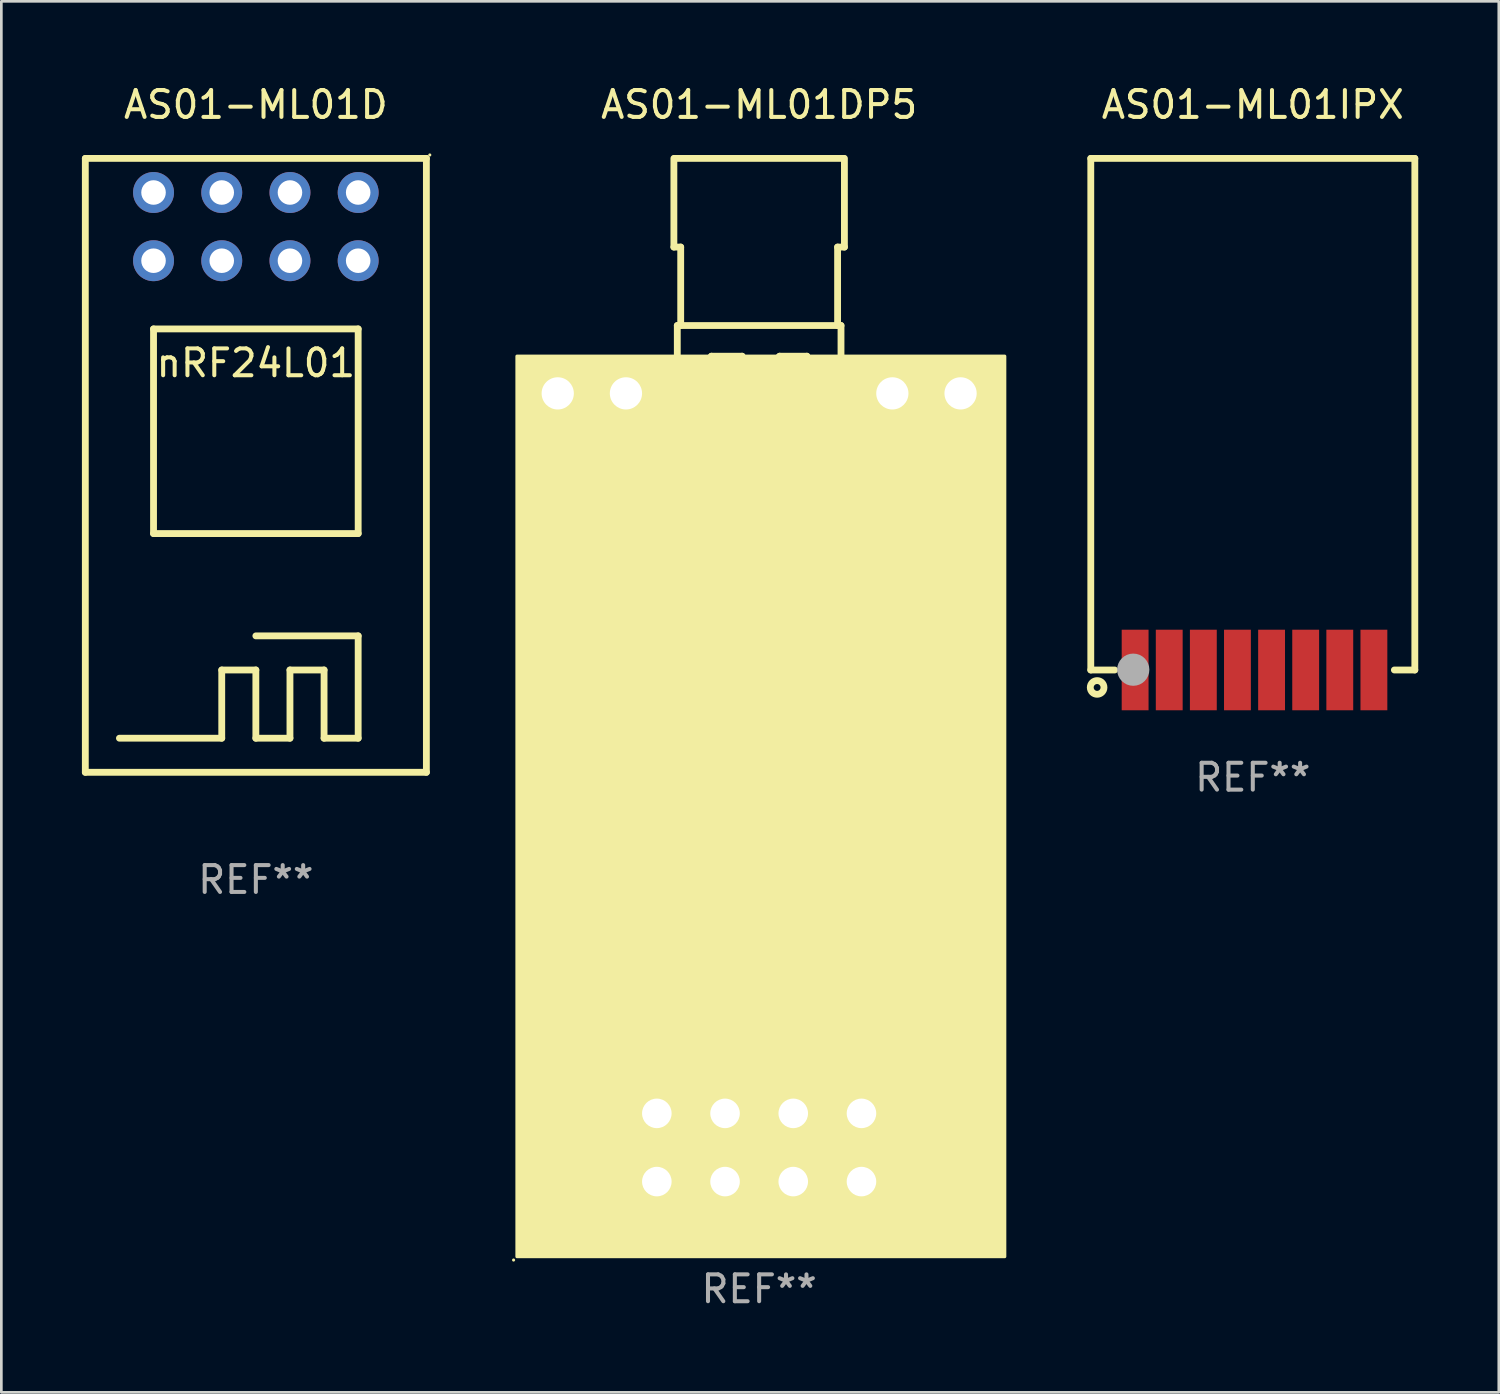
<source format=kicad_pcb>
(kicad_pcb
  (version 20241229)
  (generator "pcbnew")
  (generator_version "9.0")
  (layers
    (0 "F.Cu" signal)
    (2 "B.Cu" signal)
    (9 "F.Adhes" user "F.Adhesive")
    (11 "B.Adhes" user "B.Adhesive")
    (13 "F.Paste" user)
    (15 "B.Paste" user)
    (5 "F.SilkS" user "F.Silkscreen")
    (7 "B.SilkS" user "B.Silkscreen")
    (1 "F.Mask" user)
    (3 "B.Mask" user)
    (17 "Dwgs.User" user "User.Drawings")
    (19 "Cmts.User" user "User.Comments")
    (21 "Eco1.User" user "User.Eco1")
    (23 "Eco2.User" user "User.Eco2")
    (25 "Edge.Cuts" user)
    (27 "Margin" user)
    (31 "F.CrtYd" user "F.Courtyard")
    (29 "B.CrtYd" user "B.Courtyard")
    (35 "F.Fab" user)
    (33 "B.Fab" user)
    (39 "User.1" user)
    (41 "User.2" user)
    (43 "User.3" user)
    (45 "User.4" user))
  (footprint "AS01-ML01IPX"
    (layer "F.Cu")
    (at 43.6 12.373)
    (property "Reference" "AS01-ML01IPX" (at 0 -11.525 0) (layer "F.SilkS") (effects (font (size 1 1) (thickness 0.15))))
    (attr through_hole)
    (fp_line (start -6.033 -9.525) (end 6.033 -9.525) (stroke (width 0.254) (type solid)) (layer "F.SilkS"))
    (fp_line (start -6.033 9.525) (end -6.033 -9.525) (stroke (width 0.254) (type solid)) (layer "F.SilkS"))
    (fp_line (start -5.144 9.525) (end -6.033 9.525) (stroke (width 0.254) (type solid)) (layer "F.SilkS"))
    (fp_line (start 6.033 -9.525) (end 6.033 9.525) (stroke (width 0.254) (type solid)) (layer "F.SilkS"))
    (fp_line (start 6.033 9.525) (end 5.271 9.525) (stroke (width 0.254) (type solid)) (layer "F.SilkS"))
    (fp_circle (center -5.936 9.548) (end -5.907 9.548) (stroke (width 0.06) (type solid)) (fill no) (layer "F.SilkS"))
    (fp_circle (center -5.797 10.175) (end -5.542 10.175) (stroke (width 0.254) (type solid)) (fill no) (layer "F.SilkS"))
    (fp_circle (center -4.452 9.514) (end -4.152 9.514) (stroke (width 0.6) (type solid)) (fill no) (layer "F.Fab"))
    (fp_text user "REF**" (at 0 13.525 0) (layer "F.Fab") (effects (font (size 1 1) (thickness 0.15))))
    (pad "1" smd rect (at -4.382 9.525) (size 1 3) (layers "F.Cu" "F.Mask" "F.Paste"))
    (pad "2" smd rect (at -3.112 9.525) (size 1 3) (layers "F.Cu" "F.Mask" "F.Paste"))
    (pad "3" smd rect (at -1.842 9.525) (size 1 3) (layers "F.Cu" "F.Mask" "F.Paste"))
    (pad "4" smd rect (at -0.572 9.525) (size 1 3) (layers "F.Cu" "F.Mask" "F.Paste"))
    (pad "5" smd rect (at 0.699 9.525) (size 1 3) (layers "F.Cu" "F.Mask" "F.Paste"))
    (pad "6" smd rect (at 1.969 9.525) (size 1 3) (layers "F.Cu" "F.Mask" "F.Paste"))
    (pad "7" smd rect (at 3.239 9.525) (size 1 3) (layers "F.Cu" "F.Mask" "F.Paste"))
    (pad "8" smd rect (at 4.509 9.525) (size 1 3) (layers "F.Cu" "F.Mask" "F.Paste")))
  (footprint "AS01-ML01DP5"
    (layer "F.Cu")
    (at 25.218 21.898)
    (property "Reference" "AS01-ML01DP5" (at 0 -21.05 0) (layer "F.SilkS") (effects (font (size 1 1) (thickness 0.15))))
    (attr through_hole)
    (fp_line (start -3.175 -15.748) (end -3.175 -19.05) (stroke (width 0.254) (type solid)) (layer "F.SilkS"))
    (fp_line (start -3.048 -12.827) (end 3.048 -12.827) (stroke (width 0.254) (type solid)) (layer "F.SilkS"))
    (fp_line (start -3.048 -8.001) (end -3.048 -12.827) (stroke (width 0.254) (type solid)) (layer "F.SilkS"))
    (fp_line (start -2.921 -15.748) (end -3.175 -15.748) (stroke (width 0.254) (type solid)) (layer "F.SilkS"))
    (fp_line (start -2.921 -12.827) (end -2.921 -15.748) (stroke (width 0.254) (type solid)) (layer "F.SilkS"))
    (fp_line (start -1.778 -11.684) (end -1.778 -8.001) (stroke (width 0.254) (type solid)) (layer "F.SilkS"))
    (fp_line (start -1.778 -8.001) (end -2.921 -8.001) (stroke (width 0.254) (type solid)) (layer "F.SilkS"))
    (fp_line (start -0.635 -11.684) (end -1.778 -11.684) (stroke (width 0.254) (type solid)) (layer "F.SilkS"))
    (fp_line (start -0.635 -8.001) (end -0.635 -11.684) (stroke (width 0.254) (type solid)) (layer "F.SilkS"))
    (fp_line (start 0.508 -8.001) (end -0.635 -8.001) (stroke (width 0.254) (type solid)) (layer "F.SilkS"))
    (fp_line (start 0.635 -11.557) (end 0.635 -8.128) (stroke (width 0.254) (type solid)) (layer "F.SilkS"))
    (fp_line (start 0.635 -8.128) (end 0.635 -8.001) (stroke (width 0.254) (type solid)) (layer "F.SilkS"))
    (fp_line (start 0.635 -8.001) (end 0.508 -8.001) (stroke (width 0.254) (type solid)) (layer "F.SilkS"))
    (fp_line (start 0.762 -11.684) (end 0.635 -11.557) (stroke (width 0.254) (type solid)) (layer "F.SilkS"))
    (fp_line (start 1.778 -11.684) (end 0.762 -11.684) (stroke (width 0.254) (type solid)) (layer "F.SilkS"))
    (fp_line (start 1.778 -8.128) (end 1.778 -11.684) (stroke (width 0.254) (type solid)) (layer "F.SilkS"))
    (fp_line (start 1.778 -8.001) (end 1.778 -8.128) (stroke (width 0.254) (type solid)) (layer "F.SilkS"))
    (fp_line (start 1.905 -8.001) (end 1.778 -8.001) (stroke (width 0.254) (type solid)) (layer "F.SilkS"))
    (fp_line (start 2.921 -15.748) (end 3.175 -15.748) (stroke (width 0.254) (type solid)) (layer "F.SilkS"))
    (fp_line (start 2.921 -12.827) (end 2.921 -15.748) (stroke (width 0.254) (type solid)) (layer "F.SilkS"))
    (fp_line (start 3.048 -12.827) (end 3.048 -8.001) (stroke (width 0.254) (type solid)) (layer "F.SilkS"))
    (fp_line (start 3.048 -8.001) (end 1.905 -8.001) (stroke (width 0.254) (type solid)) (layer "F.SilkS"))
    (fp_line (start 3.15 -19.05) (end -3.15 -19.05) (stroke (width 0.254) (type solid)) (layer "F.SilkS"))
    (fp_line (start 3.175 -15.748) (end 3.175 -19.05) (stroke (width 0.254) (type solid)) (layer "F.SilkS"))
    (fp_circle (center -9.144 21.971) (end -9.114 21.971) (stroke (width 0.06) (type solid)) (fill no) (layer "F.SilkS"))
    (fp_poly (pts (xy -9.017 -11.684) (xy 9.144 -11.684) (xy 9.144 21.844) (xy -9.017 21.844)) (stroke (width 0.12) (type solid)) (fill yes) (layer "F.SilkS"))
    (fp_text user "REF**" (at 0 23.05 0) (layer "F.Fab") (effects (font (size 1 1) (thickness 0.15))))
    (pad "1" thru_hole rect (at -3.81 19.05 90) (size 1.8 1.8) (drill 1.1) (layers "*.Cu" "*.Mask"))
    (pad "2" thru_hole circle (at -3.81 16.51) (size 1.8 1.8) (drill 1.1) (layers "*.Cu" "*.Mask"))
    (pad "3" thru_hole circle (at -1.27 19.05) (size 1.8 1.8) (drill 1.1) (layers "*.Cu" "*.Mask"))
    (pad "4" thru_hole circle (at -1.27 16.51) (size 1.8 1.8) (drill 1.1) (layers "*.Cu" "*.Mask"))
    (pad "5" thru_hole circle (at 1.27 19.05) (size 1.8 1.8) (drill 1.1) (layers "*.Cu" "*.Mask"))
    (pad "6" thru_hole circle (at 1.27 16.51) (size 1.8 1.8) (drill 1.1) (layers "*.Cu" "*.Mask"))
    (pad "7" thru_hole circle (at 3.81 19.05) (size 1.8 1.8) (drill 1.1) (layers "*.Cu" "*.Mask"))
    (pad "8" thru_hole circle (at 3.81 16.51) (size 1.8 1.8) (drill 1.1) (layers "*.Cu" "*.Mask"))
    (pad "9" thru_hole rect (at -7.5 -10.3 90) (size 2 2) (drill 1.2) (layers "*.Cu" "*.Mask"))
    (pad "10" thru_hole circle (at -4.96 -10.3) (size 2 2) (drill 1.2) (layers "*.Cu" "*.Mask"))
    (pad "11" thru_hole circle (at 4.96 -10.3) (size 2 2) (drill 1.2) (layers "*.Cu" "*.Mask"))
    (pad "12" thru_hole rect (at 7.5 -10.3 90) (size 2 2) (drill 1.2) (layers "*.Cu" "*.Mask")))
  (footprint "AS01-ML01D"
    (layer "F.Cu")
    (at 6.477 14.278)
    (property "Reference" "AS01-ML01D" (at 0 -13.43 0) (layer "F.SilkS") (effects (font (size 1 1) (thickness 0.15))))
    (attr through_hole)
    (fp_line (start -6.35 -11.43) (end -6.35 11.43) (stroke (width 0.254) (type solid)) (layer "F.SilkS"))
    (fp_line (start -6.35 11.43) (end 6.35 11.43) (stroke (width 0.254) (type solid)) (layer "F.SilkS"))
    (fp_line (start -3.81 -5.08) (end -3.81 2.54) (stroke (width 0.254) (type solid)) (layer "F.SilkS"))
    (fp_line (start -3.81 2.54) (end 3.81 2.54) (stroke (width 0.254) (type solid)) (layer "F.SilkS"))
    (fp_line (start -1.27 7.62) (end -1.27 10.16) (stroke (width 0.254) (type solid)) (layer "F.SilkS"))
    (fp_line (start -1.27 10.16) (end -5.08 10.16) (stroke (width 0.254) (type solid)) (layer "F.SilkS"))
    (fp_line (start 0 6.35) (end 3.81 6.35) (stroke (width 0.254) (type solid)) (layer "F.SilkS"))
    (fp_line (start 0 7.62) (end -1.27 7.62) (stroke (width 0.254) (type solid)) (layer "F.SilkS"))
    (fp_line (start 0 10.16) (end 0 7.62) (stroke (width 0.254) (type solid)) (layer "F.SilkS"))
    (fp_line (start 1.27 7.62) (end 1.27 10.16) (stroke (width 0.254) (type solid)) (layer "F.SilkS"))
    (fp_line (start 1.27 10.16) (end 0 10.16) (stroke (width 0.254) (type solid)) (layer "F.SilkS"))
    (fp_line (start 2.54 7.62) (end 1.27 7.62) (stroke (width 0.254) (type solid)) (layer "F.SilkS"))
    (fp_line (start 2.54 10.16) (end 2.54 7.62) (stroke (width 0.254) (type solid)) (layer "F.SilkS"))
    (fp_line (start 3.81 -5.08) (end -3.81 -5.08) (stroke (width 0.254) (type solid)) (layer "F.SilkS"))
    (fp_line (start 3.81 2.54) (end 3.81 -5.08) (stroke (width 0.254) (type solid)) (layer "F.SilkS"))
    (fp_line (start 3.81 6.35) (end 3.81 10.16) (stroke (width 0.254) (type solid)) (layer "F.SilkS"))
    (fp_line (start 3.81 10.16) (end 2.54 10.16) (stroke (width 0.254) (type solid)) (layer "F.SilkS"))
    (fp_line (start 6.35 -11.43) (end -6.35 -11.43) (stroke (width 0.254) (type solid)) (layer "F.SilkS"))
    (fp_line (start 6.35 -11.43) (end 6.35 11.43) (stroke (width 0.254) (type solid)) (layer "F.SilkS"))
    (fp_circle (center 6.477 -11.557) (end 6.507 -11.557) (stroke (width 0.06) (type solid)) (fill no) (layer "F.SilkS"))
    (fp_text user "nRF24L01" (at 0 -3.81 0) (layer "F.SilkS") (effects (font (size 1 1) (thickness 0.15))))
    (fp_text user "REF**" (at 0 15.43 0) (layer "F.Fab") (effects (font (size 1 1) (thickness 0.15))))
    (pad "1" thru_hole circle (at 3.81 -10.16) (size 1.524 1.524) (drill 0.914) (layers "*.Cu" "*.Mask"))
    (pad "2" thru_hole circle (at 3.81 -7.62) (size 1.524 1.524) (drill 0.914) (layers "*.Cu" "*.Mask"))
    (pad "3" thru_hole circle (at 1.27 -10.16) (size 1.524 1.524) (drill 0.914) (layers "*.Cu" "*.Mask"))
    (pad "4" thru_hole circle (at 1.27 -7.62) (size 1.524 1.524) (drill 0.914) (layers "*.Cu" "*.Mask"))
    (pad "5" thru_hole circle (at -1.27 -10.16) (size 1.524 1.524) (drill 0.914) (layers "*.Cu" "*.Mask"))
    (pad "6" thru_hole circle (at -1.27 -7.62) (size 1.524 1.524) (drill 0.914) (layers "*.Cu" "*.Mask"))
    (pad "7" thru_hole circle (at -3.81 -10.16) (size 1.524 1.524) (drill 0.914) (layers "*.Cu" "*.Mask"))
    (pad "8" thru_hole circle (at -3.81 -7.62) (size 1.524 1.524) (drill 0.914) (layers "*.Cu" "*.Mask")))
  (gr_rect
    (start -3 -3)
    (end 52.76 48.797)
    (stroke (width 0.1) (type default))
    (fill no)
    (layer "Edge.Cuts")))
</source>
